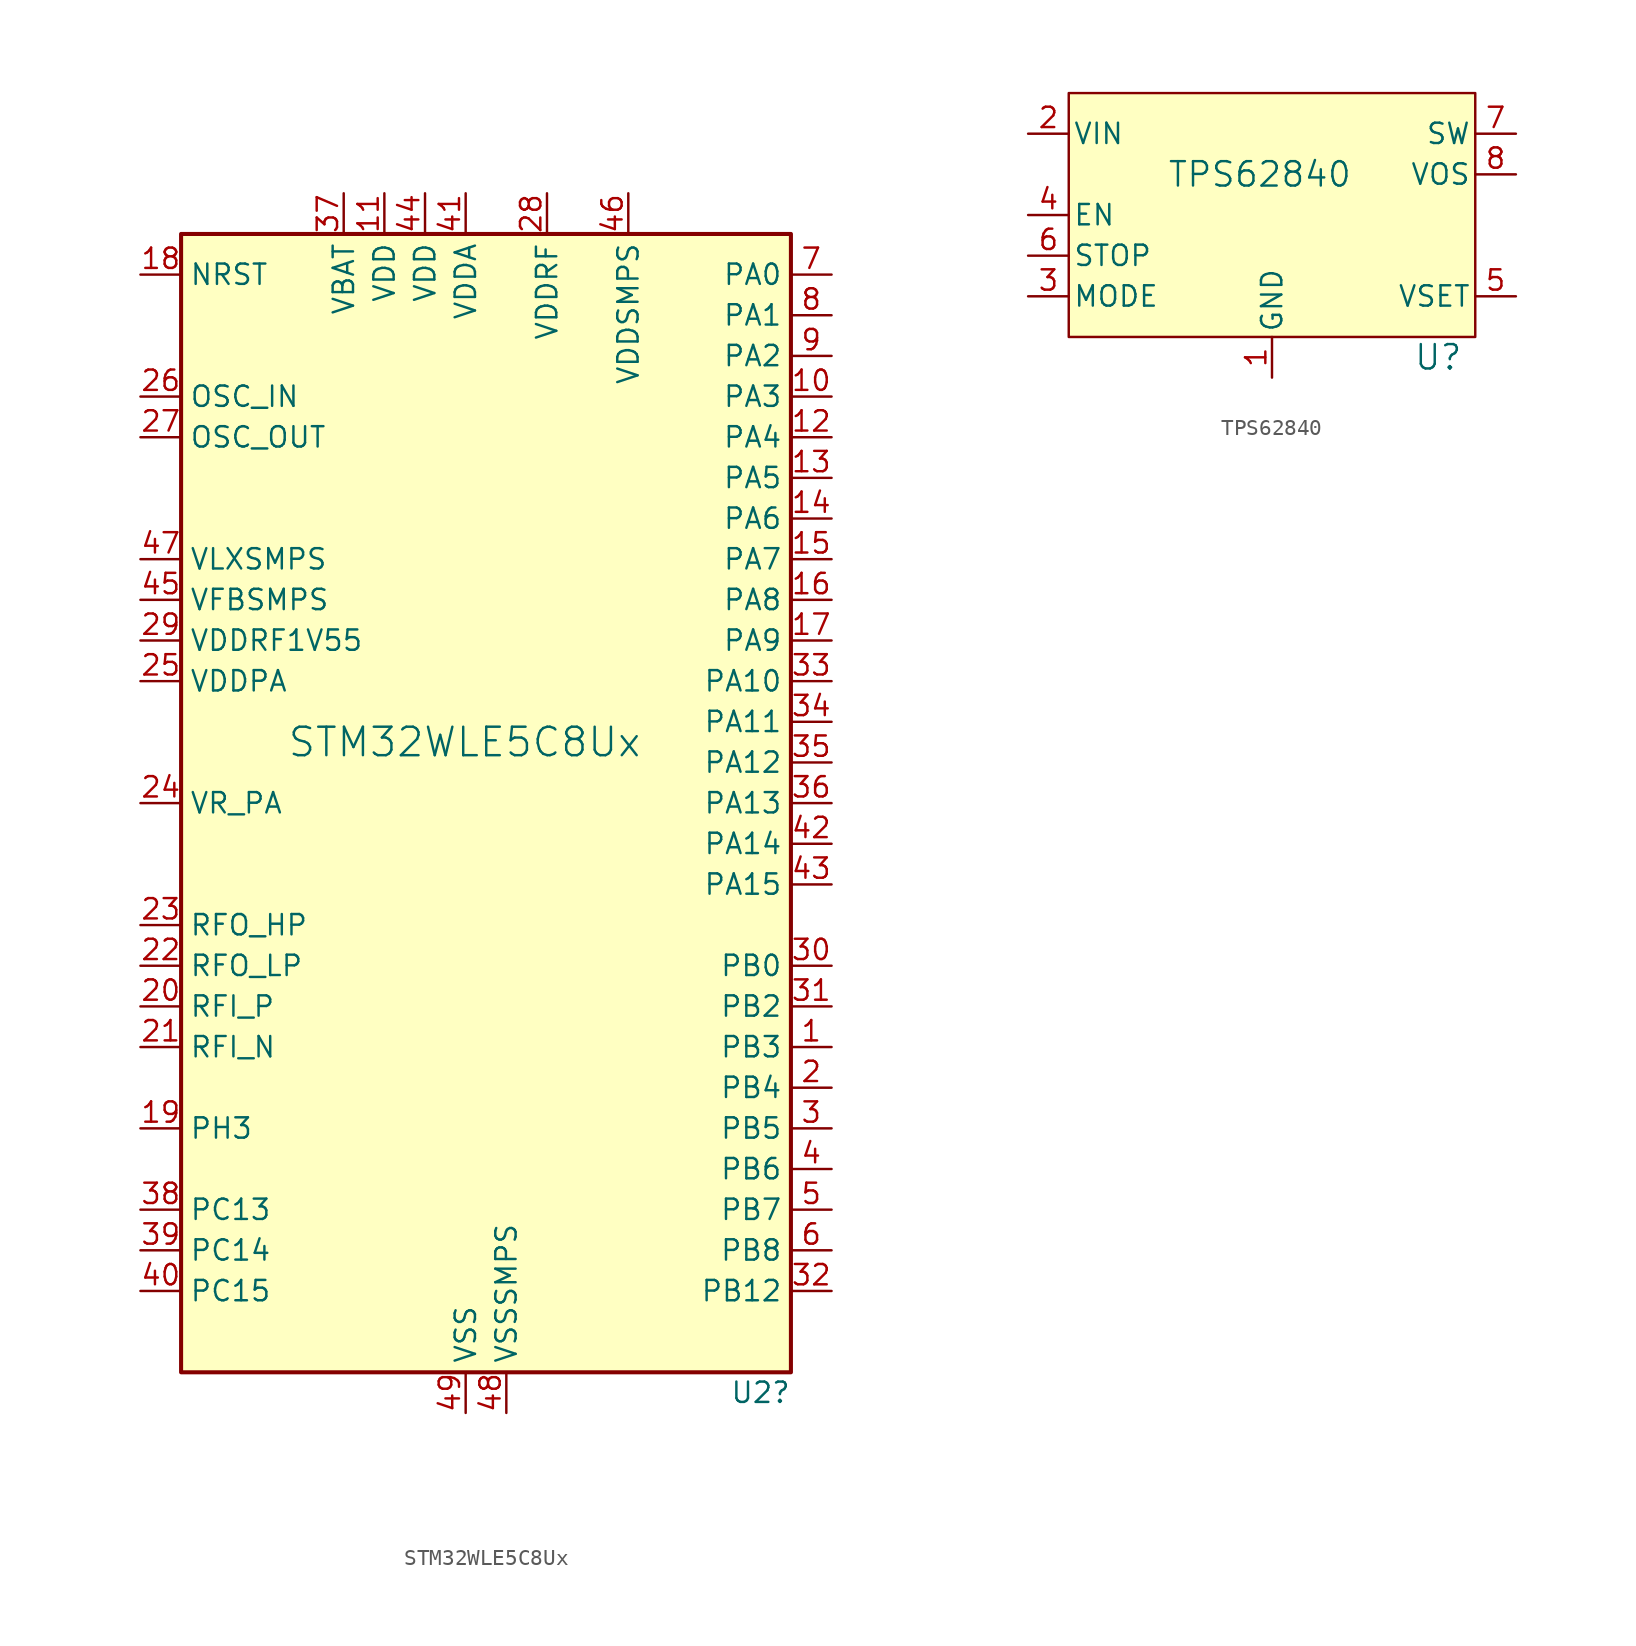
<source format=kicad_sym>
(kicad_symbol_lib
  (version 20231120)
  (generator "kicad_symbol_editor")
  (generator_version "8.0")
  (symbol "STM32WLE5C8Ux"
    (property "Reference" "U2"
      (at 16.51 -36.83 0)
      (effects (font (size 1.27 1.27)) (justify left)))
    (property "Value" "STM32WLE5C8Ux"
      (at -11.176 3.81 0)
      (effects (font (size 1.778 1.778)) (justify left)))
    (property "ki_locked" ""
      (at 0 0 0)
      (effects (font (size 1.27 1.27))))
    (symbol "STM32WLE5C8Ux_0_1"
      (rectangle (start -17.78 -35.56) (end 20.32 35.56) (stroke (width 0.254) (type default)) (fill (type background))))
    (symbol "STM32WLE5C8Ux_1_1"
      (pin bidirectional line (at 22.86 -15.24 180) (length 2.54) (name "PB3" (effects (font (size 1.27 1.27)))) (number "1" (effects (font (size 1.27 1.27)))) (alternate "ADC_IN2" bidirectional line) (alternate "COMP1_INM" bidirectional line) (alternate "COMP2_INM" bidirectional line) (alternate "DEBUG_JTDO-SWO" bidirectional line) (alternate "DEBUG_RF-DTB1" bidirectional line) (alternate "PWR_WKUP3" bidirectional line) (alternate "RTC_TAMP_IN3" bidirectional line) (alternate "SPI1_SCK" bidirectional line) (alternate "TIM2_CH2" bidirectional line) (alternate "USART1_DE" bidirectional line) (alternate "USART1_RTS" bidirectional line))
      (pin bidirectional line (at 22.86 25.4 180) (length 2.54) (name "PA3" (effects (font (size 1.27 1.27)))) (number "10" (effects (font (size 1.27 1.27)))) (alternate "I2S2_MCK" bidirectional line) (alternate "LPUART1_RX" bidirectional line) (alternate "TIM2_CH4" bidirectional line) (alternate "USART2_RX" bidirectional line))
      (pin power_in line (at -5.08 38.1 270) (length 2.54) (name "VDD" (effects (font (size 1.27 1.27)))) (number "11" (effects (font (size 1.27 1.27)))))
      (pin bidirectional line (at 22.86 22.86 180) (length 2.54) (name "PA4" (effects (font (size 1.27 1.27)))) (number "12" (effects (font (size 1.27 1.27)))) (alternate "DEBUG_SUBGHZSPI-NSSOUT" bidirectional line) (alternate "LPTIM1_OUT" bidirectional line) (alternate "LPTIM2_OUT" bidirectional line) (alternate "RTC_OUT2" bidirectional line) (alternate "SPI1_NSS" bidirectional line) (alternate "USART2_CK" bidirectional line))
      (pin bidirectional line (at 22.86 20.32 180) (length 2.54) (name "PA5" (effects (font (size 1.27 1.27)))) (number "13" (effects (font (size 1.27 1.27)))) (alternate "DEBUG_SUBGHZSPI-SCKOUT" bidirectional line) (alternate "LPTIM2_ETR" bidirectional line) (alternate "SPI1_SCK" bidirectional line) (alternate "SPI2_MISO" bidirectional line) (alternate "TIM2_CH1" bidirectional line) (alternate "TIM2_ETR" bidirectional line))
      (pin bidirectional line (at 22.86 17.78 180) (length 2.54) (name "PA6" (effects (font (size 1.27 1.27)))) (number "14" (effects (font (size 1.27 1.27)))) (alternate "DEBUG_SUBGHZSPI-MISOOUT" bidirectional line) (alternate "I2C2_SMBA" bidirectional line) (alternate "LPUART1_CTS" bidirectional line) (alternate "SPI1_MISO" bidirectional line) (alternate "TIM16_CH1" bidirectional line) (alternate "TIM1_BKIN" bidirectional line))
      (pin bidirectional line (at 22.86 15.24 180) (length 2.54) (name "PA7" (effects (font (size 1.27 1.27)))) (number "15" (effects (font (size 1.27 1.27)))) (alternate "COMP2_OUT" bidirectional line) (alternate "DEBUG_SUBGHZSPI-MOSIOUT" bidirectional line) (alternate "I2C3_SCL" bidirectional line) (alternate "SPI1_MOSI" bidirectional line) (alternate "TIM17_CH1" bidirectional line) (alternate "TIM1_CH1N" bidirectional line))
      (pin bidirectional line (at 22.86 12.7 180) (length 2.54) (name "PA8" (effects (font (size 1.27 1.27)))) (number "16" (effects (font (size 1.27 1.27)))) (alternate "I2S2_CK" bidirectional line) (alternate "LPTIM2_OUT" bidirectional line) (alternate "RCC_MCO" bidirectional line) (alternate "SPI2_SCK" bidirectional line) (alternate "TIM1_CH1" bidirectional line) (alternate "USART1_CK" bidirectional line))
      (pin bidirectional line (at 22.86 10.16 180) (length 2.54) (name "PA9" (effects (font (size 1.27 1.27)))) (number "17" (effects (font (size 1.27 1.27)))) (alternate "DAC_EXTI9" bidirectional line) (alternate "I2C1_SCL" bidirectional line) (alternate "I2S2_CK" bidirectional line) (alternate "I2S2_WS" bidirectional line) (alternate "SPI2_NSS" bidirectional line) (alternate "SPI2_SCK" bidirectional line) (alternate "TIM1_CH2" bidirectional line) (alternate "USART1_TX" bidirectional line))
      (pin input line (at -20.32 33.02 0) (length 2.54) (name "NRST" (effects (font (size 1.27 1.27)))) (number "18" (effects (font (size 1.27 1.27)))))
      (pin bidirectional line (at -20.32 -20.32 0) (length 2.54) (name "PH3" (effects (font (size 1.27 1.27)))) (number "19" (effects (font (size 1.27 1.27)))))
      (pin bidirectional line (at 22.86 -17.78 180) (length 2.54) (name "PB4" (effects (font (size 1.27 1.27)))) (number "2" (effects (font (size 1.27 1.27)))) (alternate "ADC_IN3" bidirectional line) (alternate "COMP1_INP" bidirectional line) (alternate "COMP2_INP" bidirectional line) (alternate "DEBUG_JTRST" bidirectional line) (alternate "DEBUG_RF-LDORDY" bidirectional line) (alternate "I2C3_SDA" bidirectional line) (alternate "SPI1_MISO" bidirectional line) (alternate "TIM17_BKIN" bidirectional line) (alternate "USART1_CTS" bidirectional line) (alternate "USART1_NSS" bidirectional line))
      (pin bidirectional line (at -20.32 -12.7 0) (length 2.54) (name "RFI_P" (effects (font (size 1.27 1.27)))) (number "20" (effects (font (size 1.27 1.27)))))
      (pin bidirectional line (at -20.32 -15.24 0) (length 2.54) (name "RFI_N" (effects (font (size 1.27 1.27)))) (number "21" (effects (font (size 1.27 1.27)))))
      (pin bidirectional line (at -20.32 -10.16 0) (length 2.54) (name "RFO_LP" (effects (font (size 1.27 1.27)))) (number "22" (effects (font (size 1.27 1.27)))))
      (pin bidirectional line (at -20.32 -7.62 0) (length 2.54) (name "RFO_HP" (effects (font (size 1.27 1.27)))) (number "23" (effects (font (size 1.27 1.27)))))
      (pin power_out line (at -20.32 0 0) (length 2.54) (name "VR_PA" (effects (font (size 1.27 1.27)))) (number "24" (effects (font (size 1.27 1.27)))))
      (pin power_in line (at -20.32 7.62 0) (length 2.54) (name "VDDPA" (effects (font (size 1.27 1.27)))) (number "25" (effects (font (size 1.27 1.27)))))
      (pin input line (at -20.32 25.4 0) (length 2.54) (name "OSC_IN" (effects (font (size 1.27 1.27)))) (number "26" (effects (font (size 1.27 1.27)))) (alternate "RCC_OSC_IN" bidirectional line))
      (pin input line (at -20.32 22.86 0) (length 2.54) (name "OSC_OUT" (effects (font (size 1.27 1.27)))) (number "27" (effects (font (size 1.27 1.27)))) (alternate "RCC_OSC_OUT" bidirectional line))
      (pin power_in line (at 5.08 38.1 270) (length 2.54) (name "VDDRF" (effects (font (size 1.27 1.27)))) (number "28" (effects (font (size 1.27 1.27)))))
      (pin power_in line (at -20.32 10.16 0) (length 2.54) (name "VDDRF1V55" (effects (font (size 1.27 1.27)))) (number "29" (effects (font (size 1.27 1.27)))))
      (pin bidirectional line (at 22.86 -20.32 180) (length 2.54) (name "PB5" (effects (font (size 1.27 1.27)))) (number "3" (effects (font (size 1.27 1.27)))) (alternate "COMP2_OUT" bidirectional line) (alternate "I2C1_SMBA" bidirectional line) (alternate "LPTIM1_IN1" bidirectional line) (alternate "SPI1_MOSI" bidirectional line) (alternate "TIM16_BKIN" bidirectional line) (alternate "USART1_CK" bidirectional line))
      (pin bidirectional line (at 22.86 -10.16 180) (length 2.54) (name "PB0" (effects (font (size 1.27 1.27)))) (number "30" (effects (font (size 1.27 1.27)))) (alternate "COMP1_OUT" bidirectional line) (alternate "VDDTCXO" bidirectional line))
      (pin bidirectional line (at 22.86 -12.7 180) (length 2.54) (name "PB2" (effects (font (size 1.27 1.27)))) (number "31" (effects (font (size 1.27 1.27)))) (alternate "ADC_IN4" bidirectional line) (alternate "COMP1_INP" bidirectional line) (alternate "COMP2_INM" bidirectional line) (alternate "DEBUG_RF-SMPSRDY" bidirectional line) (alternate "I2C3_SMBA" bidirectional line) (alternate "LPTIM1_OUT" bidirectional line) (alternate "SPI1_NSS" bidirectional line))
      (pin bidirectional line (at 22.86 -30.48 180) (length 2.54) (name "PB12" (effects (font (size 1.27 1.27)))) (number "32" (effects (font (size 1.27 1.27)))) (alternate "I2C3_SMBA" bidirectional line) (alternate "I2S2_WS" bidirectional line) (alternate "LPUART1_RTS" bidirectional line) (alternate "SPI2_NSS" bidirectional line) (alternate "TIM1_BKIN" bidirectional line))
      (pin bidirectional line (at 22.86 7.62 180) (length 2.54) (name "PA10" (effects (font (size 1.27 1.27)))) (number "33" (effects (font (size 1.27 1.27)))) (alternate "ADC_IN6" bidirectional line) (alternate "COMP1_INM" bidirectional line) (alternate "COMP2_INM" bidirectional line) (alternate "DAC_OUT1" bidirectional line) (alternate "DEBUG_RF-HSE32RDY" bidirectional line) (alternate "I2C1_SDA" bidirectional line) (alternate "I2S2_SD" bidirectional line) (alternate "RTC_REFIN" bidirectional line) (alternate "SPI2_MOSI" bidirectional line) (alternate "TIM17_BKIN" bidirectional line) (alternate "TIM1_CH3" bidirectional line) (alternate "USART1_RX" bidirectional line))
      (pin bidirectional line (at 22.86 5.08 180) (length 2.54) (name "PA11" (effects (font (size 1.27 1.27)))) (number "34" (effects (font (size 1.27 1.27)))) (alternate "ADC_EXTI11" bidirectional line) (alternate "ADC_IN7" bidirectional line) (alternate "COMP1_INM" bidirectional line) (alternate "COMP2_INM" bidirectional line) (alternate "DEBUG_RF-NRESET" bidirectional line) (alternate "I2C2_SDA" bidirectional line) (alternate "LPTIM3_ETR" bidirectional line) (alternate "SPI1_MISO" bidirectional line) (alternate "TIM1_BKIN2" bidirectional line) (alternate "TIM1_CH4" bidirectional line) (alternate "USART1_CTS" bidirectional line) (alternate "USART1_NSS" bidirectional line))
      (pin bidirectional line (at 22.86 2.54 180) (length 2.54) (name "PA12" (effects (font (size 1.27 1.27)))) (number "35" (effects (font (size 1.27 1.27)))) (alternate "ADC_IN8" bidirectional line) (alternate "DEBUG_RF-BUSY" bidirectional line) (alternate "I2C2_SCL" bidirectional line) (alternate "LPTIM3_IN1" bidirectional line) (alternate "SPI1_MOSI" bidirectional line) (alternate "TIM1_ETR" bidirectional line) (alternate "USART1_DE" bidirectional line) (alternate "USART1_RTS" bidirectional line))
      (pin bidirectional line (at 22.86 0 180) (length 2.54) (name "PA13" (effects (font (size 1.27 1.27)))) (number "36" (effects (font (size 1.27 1.27)))) (alternate "ADC_IN9" bidirectional line) (alternate "DEBUG_JTMS-SWDIO" bidirectional line) (alternate "I2C2_SMBA" bidirectional line) (alternate "IR_OUT" bidirectional line))
      (pin power_in line (at -7.62 38.1 270) (length 2.54) (name "VBAT" (effects (font (size 1.27 1.27)))) (number "37" (effects (font (size 1.27 1.27)))))
      (pin bidirectional line (at -20.32 -25.4 0) (length 2.54) (name "PC13" (effects (font (size 1.27 1.27)))) (number "38" (effects (font (size 1.27 1.27)))) (alternate "PWR_WKUP2" bidirectional line) (alternate "RTC_OUT1" bidirectional line) (alternate "RTC_TAMP_IN1" bidirectional line) (alternate "RTC_TS" bidirectional line))
      (pin bidirectional line (at -20.32 -27.94 0) (length 2.54) (name "PC14" (effects (font (size 1.27 1.27)))) (number "39" (effects (font (size 1.27 1.27)))) (alternate "RCC_OSC32_IN" bidirectional line))
      (pin bidirectional line (at 22.86 -22.86 180) (length 2.54) (name "PB6" (effects (font (size 1.27 1.27)))) (number "4" (effects (font (size 1.27 1.27)))) (alternate "I2C1_SCL" bidirectional line) (alternate "LPTIM1_ETR" bidirectional line) (alternate "TIM16_CH1N" bidirectional line) (alternate "USART1_TX" bidirectional line))
      (pin bidirectional line (at -20.32 -30.48 0) (length 2.54) (name "PC15" (effects (font (size 1.27 1.27)))) (number "40" (effects (font (size 1.27 1.27)))) (alternate "RCC_OSC32_OUT" bidirectional line))
      (pin power_in line (at 0 38.1 270) (length 2.54) (name "VDDA" (effects (font (size 1.27 1.27)))) (number "41" (effects (font (size 1.27 1.27)))))
      (pin bidirectional line (at 22.86 -2.54 180) (length 2.54) (name "PA14" (effects (font (size 1.27 1.27)))) (number "42" (effects (font (size 1.27 1.27)))) (alternate "ADC_IN10" bidirectional line) (alternate "DEBUG_JTCK-SWCLK" bidirectional line) (alternate "I2C1_SMBA" bidirectional line) (alternate "LPTIM1_OUT" bidirectional line))
      (pin bidirectional line (at 22.86 -5.08 180) (length 2.54) (name "PA15" (effects (font (size 1.27 1.27)))) (number "43" (effects (font (size 1.27 1.27)))) (alternate "ADC_IN11" bidirectional line) (alternate "COMP1_INM" bidirectional line) (alternate "COMP2_INP" bidirectional line) (alternate "DEBUG_JTDI" bidirectional line) (alternate "I2C2_SDA" bidirectional line) (alternate "SPI1_NSS" bidirectional line) (alternate "TIM2_CH1" bidirectional line) (alternate "TIM2_ETR" bidirectional line))
      (pin power_in line (at -2.54 38.1 270) (length 2.54) (name "VDD" (effects (font (size 1.27 1.27)))) (number "44" (effects (font (size 1.27 1.27)))))
      (pin input line (at -20.32 12.7 0) (length 2.54) (name "VFBSMPS" (effects (font (size 1.27 1.27)))) (number "45" (effects (font (size 1.27 1.27)))))
      (pin power_in line (at 10.16 38.1 270) (length 2.54) (name "VDDSMPS" (effects (font (size 1.27 1.27)))) (number "46" (effects (font (size 1.27 1.27)))))
      (pin power_out line (at -20.32 15.24 0) (length 2.54) (name "VLXSMPS" (effects (font (size 1.27 1.27)))) (number "47" (effects (font (size 1.27 1.27)))))
      (pin power_in line (at 2.54 -38.1 90) (length 2.54) (name "VSSSMPS" (effects (font (size 1.27 1.27)))) (number "48" (effects (font (size 1.27 1.27)))))
      (pin power_in line (at 0 -38.1 90) (length 2.54) (name "VSS" (effects (font (size 1.27 1.27)))) (number "49" (effects (font (size 1.27 1.27)))))
      (pin bidirectional line (at 22.86 -25.4 180) (length 2.54) (name "PB7" (effects (font (size 1.27 1.27)))) (number "5" (effects (font (size 1.27 1.27)))) (alternate "I2C1_SDA" bidirectional line) (alternate "LPTIM1_IN2" bidirectional line) (alternate "PWR_PVD_IN" bidirectional line) (alternate "TIM17_CH1N" bidirectional line) (alternate "TIM1_BKIN" bidirectional line) (alternate "USART1_RX" bidirectional line))
      (pin bidirectional line (at 22.86 -27.94 180) (length 2.54) (name "PB8" (effects (font (size 1.27 1.27)))) (number "6" (effects (font (size 1.27 1.27)))) (alternate "I2C1_SCL" bidirectional line) (alternate "TIM16_CH1" bidirectional line) (alternate "TIM1_CH2N" bidirectional line))
      (pin bidirectional line (at 22.86 33.02 180) (length 2.54) (name "PA0" (effects (font (size 1.27 1.27)))) (number "7" (effects (font (size 1.27 1.27)))) (alternate "COMP1_OUT" bidirectional line) (alternate "DEBUG_PWR-REGLP1S" bidirectional line) (alternate "I2C3_SMBA" bidirectional line) (alternate "I2S_CKIN" bidirectional line) (alternate "PWR_WKUP1" bidirectional line) (alternate "RTC_TAMP_IN2" bidirectional line) (alternate "TIM2_CH1" bidirectional line) (alternate "TIM2_ETR" bidirectional line) (alternate "USART2_CTS" bidirectional line) (alternate "USART2_NSS" bidirectional line))
      (pin bidirectional line (at 22.86 30.48 180) (length 2.54) (name "PA1" (effects (font (size 1.27 1.27)))) (number "8" (effects (font (size 1.27 1.27)))) (alternate "DEBUG_PWR-REGLP2S" bidirectional line) (alternate "I2C1_SMBA" bidirectional line) (alternate "LPTIM3_OUT" bidirectional line) (alternate "LPUART1_RTS" bidirectional line) (alternate "SPI1_SCK" bidirectional line) (alternate "TIM2_CH2" bidirectional line) (alternate "USART2_DE" bidirectional line) (alternate "USART2_RTS" bidirectional line))
      (pin bidirectional line (at 22.86 27.94 180) (length 2.54) (name "PA2" (effects (font (size 1.27 1.27)))) (number "9" (effects (font (size 1.27 1.27)))) (alternate "COMP2_OUT" bidirectional line) (alternate "DEBUG_PWR-LDORDY" bidirectional line) (alternate "LPUART1_TX" bidirectional line) (alternate "RCC_LSCO" bidirectional line) (alternate "TIM2_CH3" bidirectional line) (alternate "USART2_TX" bidirectional line))))
  (symbol "TPS62840"
    (pin_names
      (offset 0.254))
    (property "Reference" "U"
      (at 11.938 -11.43 0)
      (effects (font (size 1.524 1.524)) (justify right)))
    (property "Value" "TPS62840"
      (at -0.762 0 0)
      (effects (font (size 1.524 1.524))))
    (symbol "TPS62840_0_1"
      (rectangle (start -12.7 5.08) (end 12.7 -10.16) (stroke (width 0) (type default)) (fill (type background)))
      (pin power_out line (at 0 -12.7 90) (length 2.54) (name "GND" (effects (font (size 1.27 1.27)))) (number "1" (effects (font (size 1.27 1.27)))))
      (pin power_in line (at -15.24 2.54 0) (length 2.54) (name "VIN" (effects (font (size 1.27 1.27)))) (number "2" (effects (font (size 1.27 1.27)))))
      (pin input line (at -15.24 -7.62 0) (length 2.54) (name "MODE" (effects (font (size 1.27 1.27)))) (number "3" (effects (font (size 1.27 1.27)))))
      (pin input line (at -15.24 -2.54 0) (length 2.54) (name "EN" (effects (font (size 1.27 1.27)))) (number "4" (effects (font (size 1.27 1.27)))))
      (pin input line (at 15.24 -7.62 180) (length 2.54) (name "VSET" (effects (font (size 1.27 1.27)))) (number "5" (effects (font (size 1.27 1.27)))))
      (pin input line (at -15.24 -5.08 0) (length 2.54) (name "STOP" (effects (font (size 1.27 1.27)))) (number "6" (effects (font (size 1.27 1.27)))))
      (pin power_out line (at 15.24 2.54 180) (length 2.54) (name "SW" (effects (font (size 1.27 1.27)))) (number "7" (effects (font (size 1.27 1.27)))))
      (pin input line (at 15.24 0 180) (length 2.54) (name "VOS" (effects (font (size 1.27 1.27)))) (number "8" (effects (font (size 1.27 1.27))))))))
</source>
